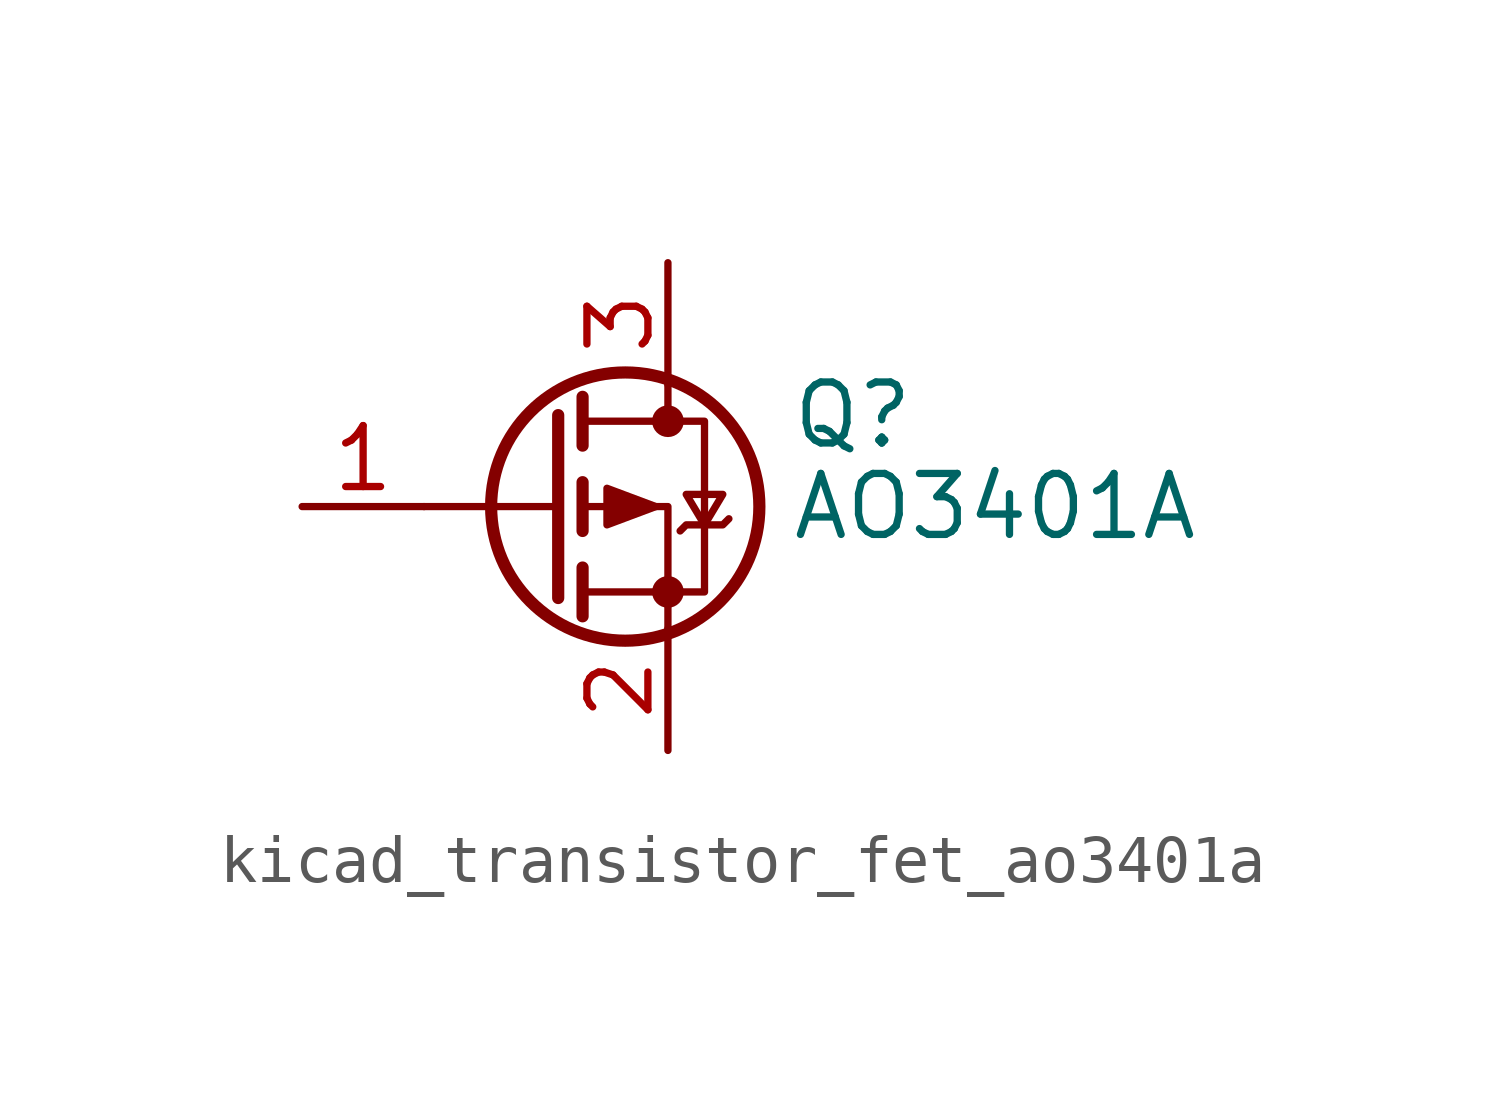
<source format=kicad_sym>
(kicad_symbol_lib
  (version 20220914)
  (generator kicad_symbol_editor)
  (symbol "kicad_transistor_fet_ao3401a"
    (pin_names hide)
    (property "Reference" "Q"
      (at 5.08 1.905 0)
      (effects (font (size 1.27 1.27)) (justify left)))
    (property "Value" "AO3401A"
      (at 5.08 0 0)
      (effects (font (size 1.27 1.27)) (justify left)))
    (symbol "kicad_transistor_fet_ao3401a_0_1"
      (polyline (pts (xy 0.254 0) (xy -2.54 0)) (stroke (width 0) (type default)) (fill (type none)))
      (polyline (pts (xy 0.254 1.905) (xy 0.254 -1.905)) (stroke (width 0.254) (type default)) (fill (type none)))
      (polyline (pts (xy 0.762 -1.27) (xy 0.762 -2.286)) (stroke (width 0.254) (type default)) (fill (type none)))
      (polyline (pts (xy 0.762 0.508) (xy 0.762 -0.508)) (stroke (width 0.254) (type default)) (fill (type none)))
      (polyline (pts (xy 0.762 2.286) (xy 0.762 1.27)) (stroke (width 0.254) (type default)) (fill (type none)))
      (polyline (pts (xy 2.54 2.54) (xy 2.54 1.778)) (stroke (width 0) (type default)) (fill (type none)))
      (polyline (pts (xy 2.54 -2.54) (xy 2.54 0) (xy 0.762 0)) (stroke (width 0) (type default)) (fill (type none)))
      (polyline (pts (xy 0.762 1.778) (xy 3.302 1.778) (xy 3.302 -1.778) (xy 0.762 -1.778)) (stroke (width 0) (type default)) (fill (type none)))
      (polyline (pts (xy 2.286 0) (xy 1.27 0.381) (xy 1.27 -0.381) (xy 2.286 0)) (stroke (width 0) (type default)) (fill (type outline)))
      (polyline (pts (xy 2.794 -0.508) (xy 2.921 -0.381) (xy 3.683 -0.381) (xy 3.81 -0.254)) (stroke (width 0) (type default)) (fill (type none)))
      (polyline (pts (xy 3.302 -0.381) (xy 2.921 0.254) (xy 3.683 0.254) (xy 3.302 -0.381)) (stroke (width 0) (type default)) (fill (type none)))
      (circle (center 1.651 0) (radius 2.794) (stroke (width 0.254) (type default)) (fill (type none)))
      (circle (center 2.54 -1.778) (radius 0.254) (stroke (width 0) (type default)) (fill (type outline)))
      (circle (center 2.54 1.778) (radius 0.254) (stroke (width 0) (type default)) (fill (type outline))))
    (symbol "kicad_transistor_fet_ao3401a_1_1"
      (pin input line (at -5.08 0 0) (length 2.54) (name "G" (effects (font (size 1.27 1.27)))) (number "1" (effects (font (size 1.27 1.27)))))
      (pin passive line (at 2.54 -5.08 90) (length 2.54) (name "S" (effects (font (size 1.27 1.27)))) (number "2" (effects (font (size 1.27 1.27)))))
      (pin passive line (at 2.54 5.08 270) (length 2.54) (name "D" (effects (font (size 1.27 1.27)))) (number "3" (effects (font (size 1.27 1.27))))))))
</source>
